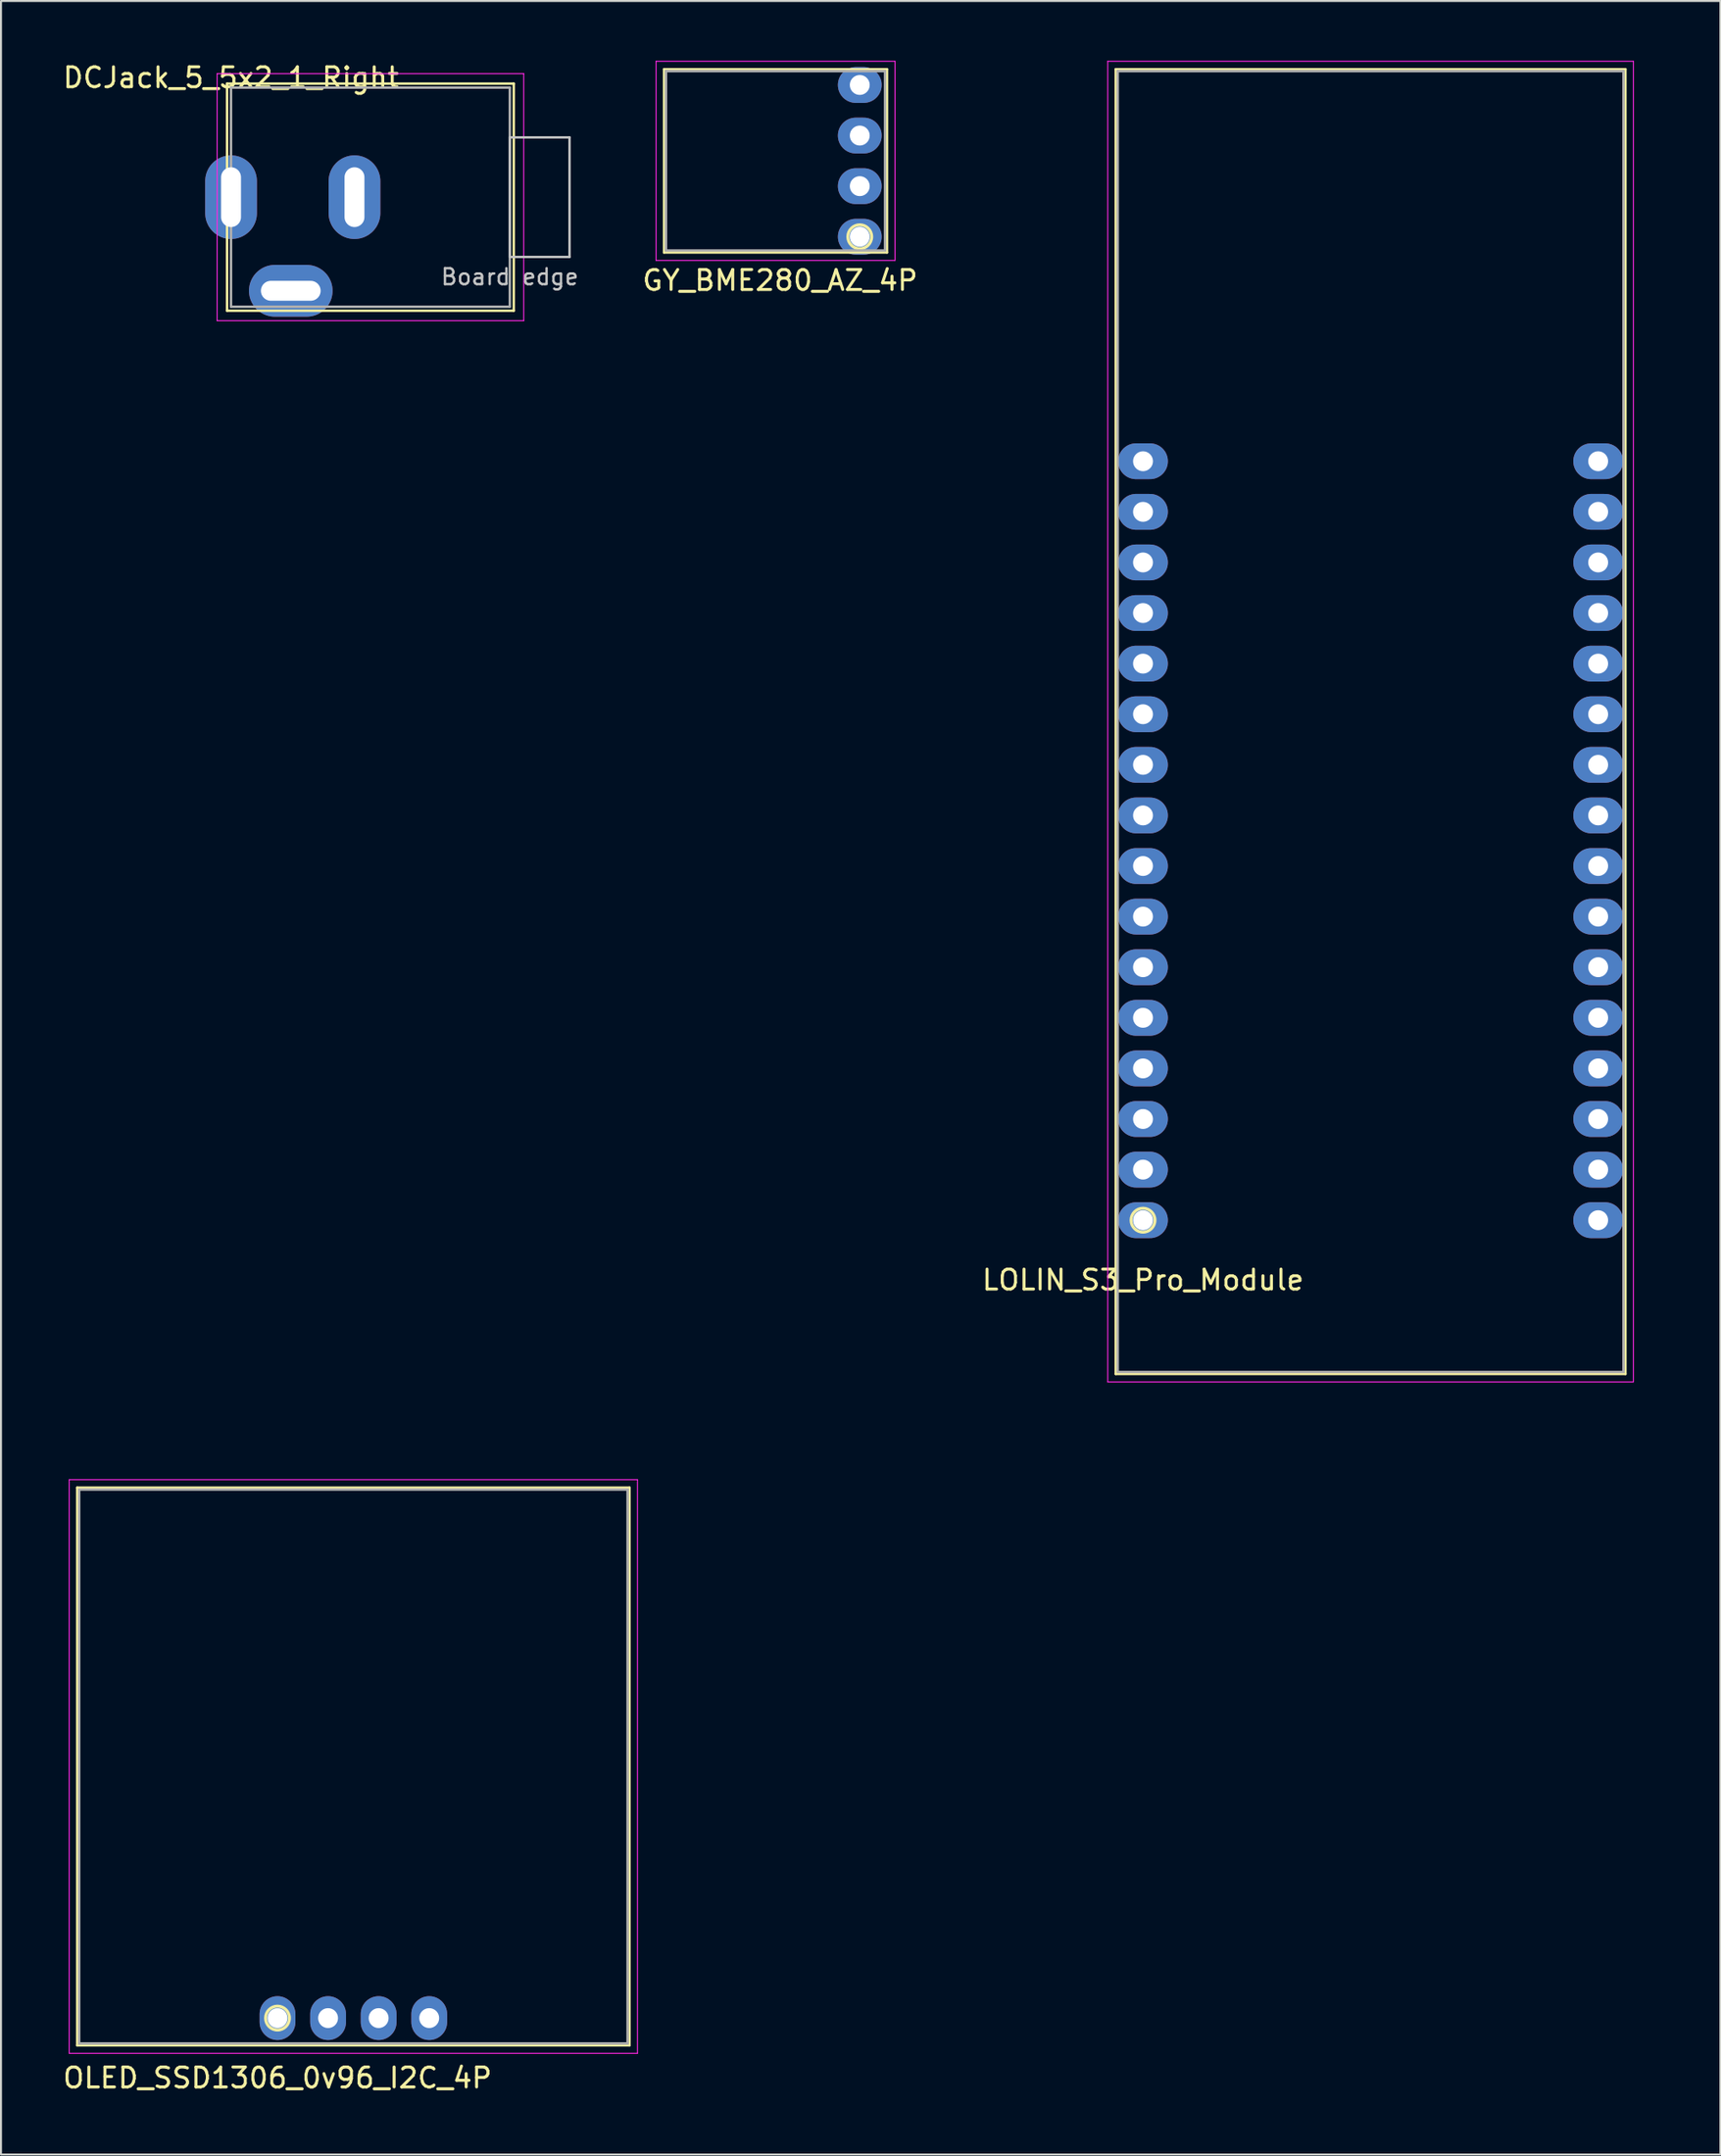
<source format=kicad_pcb>
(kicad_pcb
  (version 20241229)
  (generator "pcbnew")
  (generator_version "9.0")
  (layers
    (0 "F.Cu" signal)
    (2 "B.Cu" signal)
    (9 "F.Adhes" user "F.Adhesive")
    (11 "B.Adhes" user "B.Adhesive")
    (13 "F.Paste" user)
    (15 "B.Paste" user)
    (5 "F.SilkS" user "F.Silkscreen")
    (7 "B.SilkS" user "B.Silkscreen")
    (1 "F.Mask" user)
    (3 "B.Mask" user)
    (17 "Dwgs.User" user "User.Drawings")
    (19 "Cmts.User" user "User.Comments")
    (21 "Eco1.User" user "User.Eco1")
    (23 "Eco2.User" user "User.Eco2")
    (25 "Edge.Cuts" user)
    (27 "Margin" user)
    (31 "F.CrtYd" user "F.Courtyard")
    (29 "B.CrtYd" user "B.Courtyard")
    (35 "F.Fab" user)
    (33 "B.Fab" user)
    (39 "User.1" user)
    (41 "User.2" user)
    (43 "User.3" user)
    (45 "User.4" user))
  (footprint "DCJack_5_5x2_1_Right"
    (layer "F.Cu")
    (at 8.554 6.848)
    (property "Reference" "DCJack_5_5x2_1_Right" (at 0 -6 0) (layer "F.SilkS") (effects (font (size 1 1) (thickness 0.15))))
    (attr through_hole)
    (fp_line (start -0.2 -5.7) (end -0.2 5.7) (stroke (width 0.12) (type solid)) (layer "F.SilkS"))
    (fp_line (start -0.2 5.7) (end 14.2 5.7) (stroke (width 0.12) (type solid)) (layer "F.SilkS"))
    (fp_line (start 14.2 -5.7) (end -0.2 -5.7) (stroke (width 0.12) (type solid)) (layer "F.SilkS"))
    (fp_line (start 14.2 5.7) (end 14.2 -5.7) (stroke (width 0.12) (type solid)) (layer "F.SilkS"))
    (fp_line (start 14 -3) (end 17 -3) (stroke (width 0.12) (type solid)) (layer "Dwgs.User"))
    (fp_line (start 14 3) (end 14 -3) (stroke (width 0.12) (type solid)) (layer "Dwgs.User"))
    (fp_line (start 17 -3) (end 17 3) (stroke (width 0.12) (type solid)) (layer "Dwgs.User"))
    (fp_line (start 17 3) (end 14 3) (stroke (width 0.12) (type solid)) (layer "Dwgs.User"))
    (fp_line (start -0.7 -6.2) (end -0.7 6.2) (stroke (width 0.05) (type solid)) (layer "F.CrtYd"))
    (fp_line (start -0.7 6.2) (end 14.7 6.2) (stroke (width 0.05) (type solid)) (layer "F.CrtYd"))
    (fp_line (start 14.7 -6.2) (end -0.7 -6.2) (stroke (width 0.05) (type solid)) (layer "F.CrtYd"))
    (fp_line (start 14.7 6.2) (end 14.7 -6.2) (stroke (width 0.05) (type solid)) (layer "F.CrtYd"))
    (fp_line (start 0 -5.5) (end 0 5.5) (stroke (width 0.12) (type solid)) (layer "F.Fab"))
    (fp_line (start 0 5.5) (end 14 5.5) (stroke (width 0.12) (type solid)) (layer "F.Fab"))
    (fp_line (start 14 -5.5) (end 0 -5.5) (stroke (width 0.12) (type solid)) (layer "F.Fab"))
    (fp_line (start 14 5.5) (end 14 -5.5) (stroke (width 0.12) (type solid)) (layer "F.Fab"))
    (fp_text user "Board edge" (at 14 4 0) (layer "Dwgs.User") (effects (font (size 0.8 0.8) (thickness 0.12))))
    (pad "1" thru_hole oval (at 0 0) (size 2.6 4.2) (drill oval 1 3) (layers "*.Cu" "*.Mask"))
    (pad "2" thru_hole oval (at 6.2 0) (size 2.6 4.2) (drill oval 1 3) (layers "*.Cu" "*.Mask"))
    (pad "3" thru_hole oval (at 3 4.7) (size 4.2 2.6) (drill oval 3 1) (layers "*.Cu" "*.Mask")))
  (footprint "OLED_SSD1306_0v96_I2C_4P"
    (layer "F.Cu")
    (at 10.887 98.26)
    (property "Reference" "OLED_SSD1306_0v96_I2C_4P" (at 0 3 0) (layer "F.SilkS") (effects (font (size 1 1) (thickness 0.15))))
    (attr through_hole)
    (fp_line (start -10.06 -26.63) (end -10.06 1.37) (stroke (width 0.12) (type solid)) (layer "F.SilkS"))
    (fp_line (start -10.06 1.37) (end 17.68 1.37) (stroke (width 0.12) (type solid)) (layer "F.SilkS"))
    (fp_line (start 17.68 -26.63) (end -10.06 -26.63) (stroke (width 0.12) (type solid)) (layer "F.SilkS"))
    (fp_line (start 17.68 1.37) (end 17.68 -26.63) (stroke (width 0.12) (type solid)) (layer "F.SilkS"))
    (fp_circle (center 0 0) (end 0.6 0) (stroke (width 0.15) (type solid)) (fill no) (layer "F.SilkS"))
    (fp_line (start -10.46 -27.03) (end -10.46 1.77) (stroke (width 0.05) (type solid)) (layer "F.CrtYd"))
    (fp_line (start -10.46 1.77) (end 18.08 1.77) (stroke (width 0.05) (type solid)) (layer "F.CrtYd"))
    (fp_line (start 18.08 -27.03) (end -10.46 -27.03) (stroke (width 0.05) (type solid)) (layer "F.CrtYd"))
    (fp_line (start 18.08 1.77) (end 18.08 -27.03) (stroke (width 0.05) (type solid)) (layer "F.CrtYd"))
    (fp_line (start -9.96 -26.53) (end -9.96 1.27) (stroke (width 0.12) (type solid)) (layer "F.Fab"))
    (fp_line (start -9.96 1.27) (end 17.58 1.27) (stroke (width 0.12) (type solid)) (layer "F.Fab"))
    (fp_line (start 17.58 -26.53) (end -9.96 -26.53) (stroke (width 0.12) (type solid)) (layer "F.Fab"))
    (fp_line (start 17.58 1.27) (end 17.58 -26.53) (stroke (width 0.12) (type solid)) (layer "F.Fab"))
    (pad "1" thru_hole oval (at 0 0) (size 1.8 2.2) (drill 1) (layers "*.Cu" "*.Mask"))
    (pad "2" thru_hole oval (at 2.54 0) (size 1.8 2.2) (drill 1) (layers "*.Cu" "*.Mask"))
    (pad "3" thru_hole oval (at 5.08 0) (size 1.8 2.2) (drill 1) (layers "*.Cu" "*.Mask"))
    (pad "4" thru_hole oval (at 7.62 0) (size 1.8 2.2) (drill 1) (layers "*.Cu" "*.Mask")))
  (footprint "GY_BME280_AZ_4P"
    (layer "F.Cu")
    (at 40.131 5.025)
    (property "Reference" "GY_BME280_AZ_4P" (at -4 6 0) (layer "F.SilkS") (effects (font (size 1 1) (thickness 0.15))))
    (attr through_hole)
    (fp_line (start -9.83 -4.6) (end -9.83 4.6) (stroke (width 0.12) (type solid)) (layer "F.SilkS"))
    (fp_line (start -9.83 4.6) (end 1.37 4.6) (stroke (width 0.12) (type solid)) (layer "F.SilkS"))
    (fp_line (start 1.37 -4.6) (end -9.83 -4.6) (stroke (width 0.12) (type solid)) (layer "F.SilkS"))
    (fp_line (start 1.37 4.6) (end 1.37 -4.6) (stroke (width 0.12) (type solid)) (layer "F.SilkS"))
    (fp_circle (center 0 3.81) (end 0.6 3.81) (stroke (width 0.15) (type solid)) (fill no) (layer "F.SilkS"))
    (fp_line (start -10.23 -5) (end -10.23 5) (stroke (width 0.05) (type solid)) (layer "F.CrtYd"))
    (fp_line (start -10.23 5) (end 1.77 5) (stroke (width 0.05) (type solid)) (layer "F.CrtYd"))
    (fp_line (start 1.77 -5) (end -10.23 -5) (stroke (width 0.05) (type solid)) (layer "F.CrtYd"))
    (fp_line (start 1.77 5) (end 1.77 -5) (stroke (width 0.05) (type solid)) (layer "F.CrtYd"))
    (fp_line (start -9.73 -4.5) (end -9.73 4.5) (stroke (width 0.12) (type solid)) (layer "F.Fab"))
    (fp_line (start -9.73 4.5) (end 1.27 4.5) (stroke (width 0.12) (type solid)) (layer "F.Fab"))
    (fp_line (start 1.27 -4.5) (end -9.73 -4.5) (stroke (width 0.12) (type solid)) (layer "F.Fab"))
    (fp_line (start 1.27 4.5) (end 1.27 -4.5) (stroke (width 0.12) (type solid)) (layer "F.Fab"))
    (pad "1" thru_hole oval (at 0 3.81) (size 2.2 1.8) (drill 1) (layers "*.Cu" "*.Mask"))
    (pad "2" thru_hole oval (at 0 1.27) (size 2.2 1.8) (drill 1) (layers "*.Cu" "*.Mask"))
    (pad "3" thru_hole oval (at 0 -1.27) (size 2.2 1.8) (drill 1) (layers "*.Cu" "*.Mask"))
    (pad "4" thru_hole oval (at 0 -3.81) (size 2.2 1.8) (drill 1) (layers "*.Cu" "*.Mask")))
  (footprint "LOLIN_S3_Pro_Module"
    (layer "F.Cu")
    (at 54.357 58.205)
    (property "Reference" "LOLIN_S3_Pro_Module" (at 0 3 0) (layer "F.SilkS") (effects (font (size 1 1) (thickness 0.15))))
    (attr through_hole)
    (fp_line (start -1.37 -57.78) (end -1.37 7.72) (stroke (width 0.12) (type solid)) (layer "F.SilkS"))
    (fp_line (start -1.37 7.72) (end 24.23 7.72) (stroke (width 0.12) (type solid)) (layer "F.SilkS"))
    (fp_line (start 24.23 -57.78) (end -1.37 -57.78) (stroke (width 0.12) (type solid)) (layer "F.SilkS"))
    (fp_line (start 24.23 7.72) (end 24.23 -57.78) (stroke (width 0.12) (type solid)) (layer "F.SilkS"))
    (fp_circle (center 0 0) (end 0.6 0) (stroke (width 0.15) (type solid)) (fill no) (layer "F.SilkS"))
    (fp_line (start -1.77 -58.18) (end -1.77 8.12) (stroke (width 0.05) (type solid)) (layer "F.CrtYd"))
    (fp_line (start -1.77 8.12) (end 24.63 8.12) (stroke (width 0.05) (type solid)) (layer "F.CrtYd"))
    (fp_line (start 24.63 -58.18) (end -1.77 -58.18) (stroke (width 0.05) (type solid)) (layer "F.CrtYd"))
    (fp_line (start 24.63 8.12) (end 24.63 -58.18) (stroke (width 0.05) (type solid)) (layer "F.CrtYd"))
    (fp_line (start -1.27 -57.68) (end -1.27 7.62) (stroke (width 0.12) (type solid)) (layer "F.Fab"))
    (fp_line (start -1.27 7.62) (end 24.13 7.62) (stroke (width 0.12) (type solid)) (layer "F.Fab"))
    (fp_line (start 24.13 -57.68) (end -1.27 -57.68) (stroke (width 0.12) (type solid)) (layer "F.Fab"))
    (fp_line (start 24.13 7.62) (end 24.13 -57.68) (stroke (width 0.12) (type solid)) (layer "F.Fab"))
    (pad "1" thru_hole oval (at 22.86 0) (size 2.5 1.8) (drill 1) (layers "*.Cu" "*.Mask"))
    (pad "2" thru_hole oval (at 22.86 -2.54) (size 2.5 1.8) (drill 1) (layers "*.Cu" "*.Mask"))
    (pad "3" thru_hole oval (at 22.86 -5.08) (size 2.5 1.8) (drill 1) (layers "*.Cu" "*.Mask"))
    (pad "4" thru_hole oval (at 22.86 -7.62) (size 2.5 1.8) (drill 1) (layers "*.Cu" "*.Mask"))
    (pad "5" thru_hole oval (at 22.86 -10.16) (size 2.5 1.8) (drill 1) (layers "*.Cu" "*.Mask"))
    (pad "6" thru_hole oval (at 22.86 -12.7) (size 2.5 1.8) (drill 1) (layers "*.Cu" "*.Mask"))
    (pad "7" thru_hole oval (at 22.86 -15.24) (size 2.5 1.8) (drill 1) (layers "*.Cu" "*.Mask"))
    (pad "8" thru_hole oval (at 22.86 -17.78) (size 2.5 1.8) (drill 1) (layers "*.Cu" "*.Mask"))
    (pad "9" thru_hole oval (at 22.86 -20.32) (size 2.5 1.8) (drill 1) (layers "*.Cu" "*.Mask"))
    (pad "10" thru_hole oval (at 22.86 -22.86) (size 2.5 1.8) (drill 1) (layers "*.Cu" "*.Mask"))
    (pad "11" thru_hole oval (at 22.86 -25.4) (size 2.5 1.8) (drill 1) (layers "*.Cu" "*.Mask"))
    (pad "12" thru_hole oval (at 22.86 -27.94) (size 2.5 1.8) (drill 1) (layers "*.Cu" "*.Mask"))
    (pad "13" thru_hole oval (at 22.86 -30.48) (size 2.5 1.8) (drill 1) (layers "*.Cu" "*.Mask"))
    (pad "14" thru_hole oval (at 22.86 -33.02) (size 2.5 1.8) (drill 1) (layers "*.Cu" "*.Mask"))
    (pad "15" thru_hole oval (at 22.86 -35.56) (size 2.5 1.8) (drill 1) (layers "*.Cu" "*.Mask"))
    (pad "16" thru_hole oval (at 22.86 -38.1) (size 2.5 1.8) (drill 1) (layers "*.Cu" "*.Mask"))
    (pad "17" thru_hole oval (at 0 0) (size 2.5 1.8) (drill 1) (layers "*.Cu" "*.Mask"))
    (pad "18" thru_hole oval (at 0 -2.54) (size 2.5 1.8) (drill 1) (layers "*.Cu" "*.Mask"))
    (pad "19" thru_hole oval (at 0 -5.08) (size 2.5 1.8) (drill 1) (layers "*.Cu" "*.Mask"))
    (pad "20" thru_hole oval (at 0 -7.62) (size 2.5 1.8) (drill 1) (layers "*.Cu" "*.Mask"))
    (pad "21" thru_hole oval (at 0 -10.16) (size 2.5 1.8) (drill 1) (layers "*.Cu" "*.Mask"))
    (pad "22" thru_hole oval (at 0 -12.7) (size 2.5 1.8) (drill 1) (layers "*.Cu" "*.Mask"))
    (pad "23" thru_hole oval (at 0 -15.24) (size 2.5 1.8) (drill 1) (layers "*.Cu" "*.Mask"))
    (pad "24" thru_hole oval (at 0 -17.78) (size 2.5 1.8) (drill 1) (layers "*.Cu" "*.Mask"))
    (pad "25" thru_hole oval (at 0 -20.32) (size 2.5 1.8) (drill 1) (layers "*.Cu" "*.Mask"))
    (pad "26" thru_hole oval (at 0 -22.86) (size 2.5 1.8) (drill 1) (layers "*.Cu" "*.Mask"))
    (pad "27" thru_hole oval (at 0 -25.4) (size 2.5 1.8) (drill 1) (layers "*.Cu" "*.Mask"))
    (pad "28" thru_hole oval (at 0 -27.94) (size 2.5 1.8) (drill 1) (layers "*.Cu" "*.Mask"))
    (pad "29" thru_hole oval (at 0 -30.48) (size 2.5 1.8) (drill 1) (layers "*.Cu" "*.Mask"))
    (pad "30" thru_hole oval (at 0 -33.02) (size 2.5 1.8) (drill 1) (layers "*.Cu" "*.Mask"))
    (pad "31" thru_hole oval (at 0 -35.56) (size 2.5 1.8) (drill 1) (layers "*.Cu" "*.Mask"))
    (pad "32" thru_hole oval (at 0 -38.1) (size 2.5 1.8) (drill 1) (layers "*.Cu" "*.Mask"))
    (zone (net_name "") (layer "F.Cu") (hatch edge 0.508) (connect_pads) (min_thickness 0.25) (filled_areas_thickness no) (keepout (tracks not_allowed) (vias not_allowed) (pads not_allowed) (copperpour not_allowed) (footprints allowed)) (placement (enabled no)) (fill) (polygon (pts (xy 51.357 59.475) (xy 80.357 59.475) (xy 80.357 68.205) (xy 51.357 68.205))))
    (zone (net_name "") (layer "B.Cu") (hatch edge 0.508) (connect_pads) (min_thickness 0.25) (filled_areas_thickness no) (keepout (tracks not_allowed) (vias not_allowed) (pads not_allowed) (copperpour not_allowed) (footprints allowed)) (placement (enabled no)) (fill) (polygon (pts (xy 51.357 59.475) (xy 80.357 59.475) (xy 80.357 68.205) (xy 51.357 68.205)))))
  (gr_rect
    (start -3 -3)
    (end 83.357 105.108)
    (stroke (width 0.1) (type default))
    (fill no)
    (layer "Edge.Cuts")))
</source>
